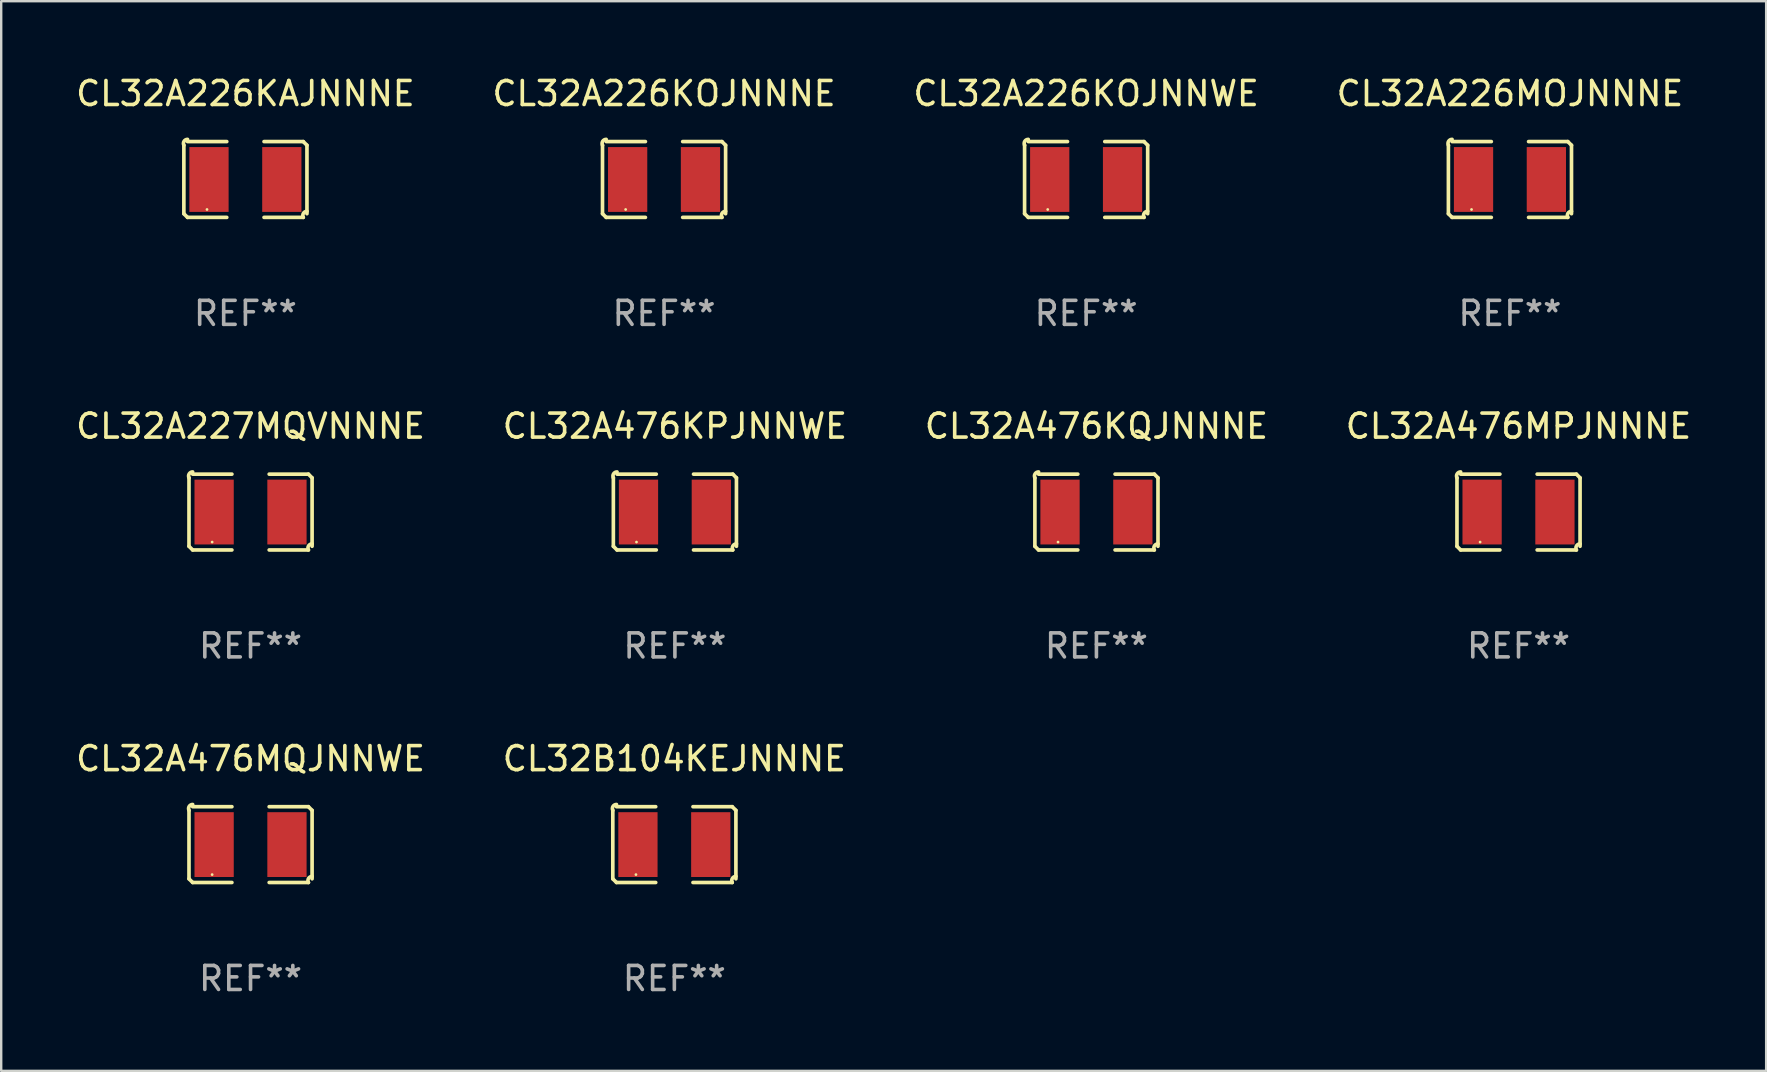
<source format=kicad_pcb>
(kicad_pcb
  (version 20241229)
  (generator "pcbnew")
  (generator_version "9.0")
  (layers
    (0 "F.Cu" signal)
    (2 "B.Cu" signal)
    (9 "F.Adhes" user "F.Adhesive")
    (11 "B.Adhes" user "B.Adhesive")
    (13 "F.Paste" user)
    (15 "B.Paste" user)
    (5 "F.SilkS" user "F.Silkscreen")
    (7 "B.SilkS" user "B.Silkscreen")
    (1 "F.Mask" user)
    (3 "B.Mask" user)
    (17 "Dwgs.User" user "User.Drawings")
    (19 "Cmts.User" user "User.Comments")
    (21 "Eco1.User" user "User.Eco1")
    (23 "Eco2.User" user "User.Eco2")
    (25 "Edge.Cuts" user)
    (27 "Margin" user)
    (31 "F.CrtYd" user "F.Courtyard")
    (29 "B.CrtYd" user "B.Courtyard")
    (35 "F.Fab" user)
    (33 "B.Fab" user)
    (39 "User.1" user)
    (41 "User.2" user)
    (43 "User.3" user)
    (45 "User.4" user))
  (footprint "CL32A226MOJNNNE"
    (layer "F.Cu")
    (at 59.851 4.427)
    (property "Reference" "CL32A226MOJNNNE" (at 0 -3.579 0) (layer "F.SilkS") (effects (font (size 1 1) (thickness 0.15))))
    (attr through_hole)
    (fp_line (start -2.564 1.426) (end -2.564 -1.426) (stroke (width 0.152) (type solid)) (layer "F.SilkS"))
    (fp_line (start -2.411 -1.579) (end -0.776 -1.579) (stroke (width 0.152) (type solid)) (layer "F.SilkS"))
    (fp_line (start -0.776 1.579) (end -2.411 1.579) (stroke (width 0.152) (type solid)) (layer "F.SilkS"))
    (fp_line (start 0.776 1.579) (end 2.411 1.579) (stroke (width 0.152) (type solid)) (layer "F.SilkS"))
    (fp_line (start 2.411 -1.579) (end 0.776 -1.579) (stroke (width 0.152) (type solid)) (layer "F.SilkS"))
    (fp_line (start 2.564 1.426) (end 2.564 -1.426) (stroke (width 0.152) (type solid)) (layer "F.SilkS"))
    (fp_arc (start -2.563602 -1.426213) (mid -2.555597 -1.591233) (end -2.411201 -1.671518) (stroke (width 0.1524) (type solid)) (layer "F.SilkS"))
    (fp_arc (start -2.5636 1.426214) (mid -2.487389 1.502402) (end -2.411201 1.578613) (stroke (width 0.1524) (type solid)) (layer "F.SilkS"))
    (fp_arc (start 2.411197 -1.578618) (mid 2.487403 -1.502419) (end 2.563602 -1.426213) (stroke (width 0.1524) (type solid)) (layer "F.SilkS"))
    (fp_arc (start 2.411201 1.578613) (mid 2.416214 1.409455) (end 2.563602 1.32629) (stroke (width 0.1524) (type solid)) (layer "F.SilkS"))
    (fp_circle (center -1.6 1.25) (end -1.57 1.25) (stroke (width 0.06) (type solid)) (fill no) (layer "F.SilkS"))
    (fp_text user "REF**" (at 0 5.579 0) (layer "F.Fab") (effects (font (size 1 1) (thickness 0.15))))
    (pad "1" smd rect (at -1.517 0) (size 1.635 2.7) (layers "F.Cu" "F.Mask" "F.Paste"))
    (pad "2" smd rect (at 1.517 0) (size 1.635 2.7) (layers "F.Cu" "F.Mask" "F.Paste")))
  (footprint "CL32A226KAJNNNE"
    (layer "F.Cu")
    (at 7.173 4.427)
    (property "Reference" "CL32A226KAJNNNE" (at 0 -3.579 0) (layer "F.SilkS") (effects (font (size 1 1) (thickness 0.15))))
    (attr through_hole)
    (fp_line (start -2.564 1.426) (end -2.564 -1.426) (stroke (width 0.152) (type solid)) (layer "F.SilkS"))
    (fp_line (start -2.411 -1.579) (end -0.776 -1.579) (stroke (width 0.152) (type solid)) (layer "F.SilkS"))
    (fp_line (start -0.776 1.579) (end -2.411 1.579) (stroke (width 0.152) (type solid)) (layer "F.SilkS"))
    (fp_line (start 0.776 1.579) (end 2.411 1.579) (stroke (width 0.152) (type solid)) (layer "F.SilkS"))
    (fp_line (start 2.411 -1.579) (end 0.776 -1.579) (stroke (width 0.152) (type solid)) (layer "F.SilkS"))
    (fp_line (start 2.564 1.426) (end 2.564 -1.426) (stroke (width 0.152) (type solid)) (layer "F.SilkS"))
    (fp_arc (start -2.563602 -1.426213) (mid -2.555597 -1.591233) (end -2.411201 -1.671518) (stroke (width 0.1524) (type solid)) (layer "F.SilkS"))
    (fp_arc (start -2.5636 1.426214) (mid -2.487389 1.502402) (end -2.411201 1.578613) (stroke (width 0.1524) (type solid)) (layer "F.SilkS"))
    (fp_arc (start 2.411197 -1.578618) (mid 2.487403 -1.502419) (end 2.563602 -1.426213) (stroke (width 0.1524) (type solid)) (layer "F.SilkS"))
    (fp_arc (start 2.411201 1.578613) (mid 2.416214 1.409455) (end 2.563602 1.32629) (stroke (width 0.1524) (type solid)) (layer "F.SilkS"))
    (fp_circle (center -1.6 1.25) (end -1.57 1.25) (stroke (width 0.06) (type solid)) (fill no) (layer "F.SilkS"))
    (fp_text user "REF**" (at 0 5.579 0) (layer "F.Fab") (effects (font (size 1 1) (thickness 0.15))))
    (pad "1" smd rect (at -1.517 0) (size 1.635 2.7) (layers "F.Cu" "F.Mask" "F.Paste"))
    (pad "2" smd rect (at 1.517 0) (size 1.635 2.7) (layers "F.Cu" "F.Mask" "F.Paste")))
  (footprint "CL32A226KOJNNWE"
    (layer "F.Cu")
    (at 42.196 4.427)
    (property "Reference" "CL32A226KOJNNWE" (at 0 -3.579 0) (layer "F.SilkS") (effects (font (size 1 1) (thickness 0.15))))
    (attr through_hole)
    (fp_line (start -2.564 1.426) (end -2.564 -1.426) (stroke (width 0.152) (type solid)) (layer "F.SilkS"))
    (fp_line (start -2.411 -1.579) (end -0.776 -1.579) (stroke (width 0.152) (type solid)) (layer "F.SilkS"))
    (fp_line (start -0.776 1.579) (end -2.411 1.579) (stroke (width 0.152) (type solid)) (layer "F.SilkS"))
    (fp_line (start 0.776 1.579) (end 2.411 1.579) (stroke (width 0.152) (type solid)) (layer "F.SilkS"))
    (fp_line (start 2.411 -1.579) (end 0.776 -1.579) (stroke (width 0.152) (type solid)) (layer "F.SilkS"))
    (fp_line (start 2.564 1.426) (end 2.564 -1.426) (stroke (width 0.152) (type solid)) (layer "F.SilkS"))
    (fp_arc (start -2.563602 -1.426213) (mid -2.555597 -1.591233) (end -2.411201 -1.671518) (stroke (width 0.1524) (type solid)) (layer "F.SilkS"))
    (fp_arc (start -2.5636 1.426214) (mid -2.487389 1.502402) (end -2.411201 1.578613) (stroke (width 0.1524) (type solid)) (layer "F.SilkS"))
    (fp_arc (start 2.411197 -1.578618) (mid 2.487403 -1.502419) (end 2.563602 -1.426213) (stroke (width 0.1524) (type solid)) (layer "F.SilkS"))
    (fp_arc (start 2.411201 1.578613) (mid 2.416214 1.409455) (end 2.563602 1.32629) (stroke (width 0.1524) (type solid)) (layer "F.SilkS"))
    (fp_circle (center -1.6 1.25) (end -1.57 1.25) (stroke (width 0.06) (type solid)) (fill no) (layer "F.SilkS"))
    (fp_text user "REF**" (at 0 5.579 0) (layer "F.Fab") (effects (font (size 1 1) (thickness 0.15))))
    (pad "1" smd rect (at -1.517 0) (size 1.635 2.7) (layers "F.Cu" "F.Mask" "F.Paste"))
    (pad "2" smd rect (at 1.517 0) (size 1.635 2.7) (layers "F.Cu" "F.Mask" "F.Paste")))
  (footprint "CL32A476MPJNNNE"
    (layer "F.Cu")
    (at 60.208 18.281)
    (property "Reference" "CL32A476MPJNNNE" (at 0 -3.579 0) (layer "F.SilkS") (effects (font (size 1 1) (thickness 0.15))))
    (attr through_hole)
    (fp_line (start -2.564 1.426) (end -2.564 -1.426) (stroke (width 0.152) (type solid)) (layer "F.SilkS"))
    (fp_line (start -2.411 -1.579) (end -0.776 -1.579) (stroke (width 0.152) (type solid)) (layer "F.SilkS"))
    (fp_line (start -0.776 1.579) (end -2.411 1.579) (stroke (width 0.152) (type solid)) (layer "F.SilkS"))
    (fp_line (start 0.776 1.579) (end 2.411 1.579) (stroke (width 0.152) (type solid)) (layer "F.SilkS"))
    (fp_line (start 2.411 -1.579) (end 0.776 -1.579) (stroke (width 0.152) (type solid)) (layer "F.SilkS"))
    (fp_line (start 2.564 1.426) (end 2.564 -1.426) (stroke (width 0.152) (type solid)) (layer "F.SilkS"))
    (fp_arc (start -2.563602 -1.426213) (mid -2.555597 -1.591233) (end -2.411201 -1.671518) (stroke (width 0.1524) (type solid)) (layer "F.SilkS"))
    (fp_arc (start -2.5636 1.426214) (mid -2.487389 1.502402) (end -2.411201 1.578613) (stroke (width 0.1524) (type solid)) (layer "F.SilkS"))
    (fp_arc (start 2.411197 -1.578618) (mid 2.487403 -1.502419) (end 2.563602 -1.426213) (stroke (width 0.1524) (type solid)) (layer "F.SilkS"))
    (fp_arc (start 2.411201 1.578613) (mid 2.416214 1.409455) (end 2.563602 1.32629) (stroke (width 0.1524) (type solid)) (layer "F.SilkS"))
    (fp_circle (center -1.6 1.25) (end -1.57 1.25) (stroke (width 0.06) (type solid)) (fill no) (layer "F.SilkS"))
    (fp_text user "REF**" (at 0 5.579 0) (layer "F.Fab") (effects (font (size 1 1) (thickness 0.15))))
    (pad "1" smd rect (at -1.517 0) (size 1.635 2.7) (layers "F.Cu" "F.Mask" "F.Paste"))
    (pad "2" smd rect (at 1.517 0) (size 1.635 2.7) (layers "F.Cu" "F.Mask" "F.Paste")))
  (footprint "CL32A476MQJNNWE"
    (layer "F.Cu")
    (at 7.387 32.134)
    (property "Reference" "CL32A476MQJNNWE" (at 0 -3.579 0) (layer "F.SilkS") (effects (font (size 1 1) (thickness 0.15))))
    (attr through_hole)
    (fp_line (start -2.564 1.426) (end -2.564 -1.426) (stroke (width 0.152) (type solid)) (layer "F.SilkS"))
    (fp_line (start -2.411 -1.579) (end -0.776 -1.579) (stroke (width 0.152) (type solid)) (layer "F.SilkS"))
    (fp_line (start -0.776 1.579) (end -2.411 1.579) (stroke (width 0.152) (type solid)) (layer "F.SilkS"))
    (fp_line (start 0.776 1.579) (end 2.411 1.579) (stroke (width 0.152) (type solid)) (layer "F.SilkS"))
    (fp_line (start 2.411 -1.579) (end 0.776 -1.579) (stroke (width 0.152) (type solid)) (layer "F.SilkS"))
    (fp_line (start 2.564 1.426) (end 2.564 -1.426) (stroke (width 0.152) (type solid)) (layer "F.SilkS"))
    (fp_arc (start -2.563602 -1.426213) (mid -2.555597 -1.591233) (end -2.411201 -1.671518) (stroke (width 0.1524) (type solid)) (layer "F.SilkS"))
    (fp_arc (start -2.5636 1.426214) (mid -2.487389 1.502402) (end -2.411201 1.578613) (stroke (width 0.1524) (type solid)) (layer "F.SilkS"))
    (fp_arc (start 2.411197 -1.578618) (mid 2.487403 -1.502419) (end 2.563602 -1.426213) (stroke (width 0.1524) (type solid)) (layer "F.SilkS"))
    (fp_arc (start 2.411201 1.578613) (mid 2.416214 1.409455) (end 2.563602 1.32629) (stroke (width 0.1524) (type solid)) (layer "F.SilkS"))
    (fp_circle (center -1.6 1.25) (end -1.57 1.25) (stroke (width 0.06) (type solid)) (fill no) (layer "F.SilkS"))
    (fp_text user "REF**" (at 0 5.579 0) (layer "F.Fab") (effects (font (size 1 1) (thickness 0.15))))
    (pad "1" smd rect (at -1.517 0) (size 1.635 2.7) (layers "F.Cu" "F.Mask" "F.Paste"))
    (pad "2" smd rect (at 1.517 0) (size 1.635 2.7) (layers "F.Cu" "F.Mask" "F.Paste")))
  (footprint "CL32A227MQVNNNE"
    (layer "F.Cu")
    (at 7.387 18.281)
    (property "Reference" "CL32A227MQVNNNE" (at 0 -3.579 0) (layer "F.SilkS") (effects (font (size 1 1) (thickness 0.15))))
    (attr through_hole)
    (fp_line (start -2.564 1.426) (end -2.564 -1.426) (stroke (width 0.152) (type solid)) (layer "F.SilkS"))
    (fp_line (start -2.411 -1.579) (end -0.776 -1.579) (stroke (width 0.152) (type solid)) (layer "F.SilkS"))
    (fp_line (start -0.776 1.579) (end -2.411 1.579) (stroke (width 0.152) (type solid)) (layer "F.SilkS"))
    (fp_line (start 0.776 1.579) (end 2.411 1.579) (stroke (width 0.152) (type solid)) (layer "F.SilkS"))
    (fp_line (start 2.411 -1.579) (end 0.776 -1.579) (stroke (width 0.152) (type solid)) (layer "F.SilkS"))
    (fp_line (start 2.564 1.426) (end 2.564 -1.426) (stroke (width 0.152) (type solid)) (layer "F.SilkS"))
    (fp_arc (start -2.563602 -1.426213) (mid -2.555597 -1.591233) (end -2.411201 -1.671518) (stroke (width 0.1524) (type solid)) (layer "F.SilkS"))
    (fp_arc (start -2.5636 1.426214) (mid -2.487389 1.502402) (end -2.411201 1.578613) (stroke (width 0.1524) (type solid)) (layer "F.SilkS"))
    (fp_arc (start 2.411197 -1.578618) (mid 2.487403 -1.502419) (end 2.563602 -1.426213) (stroke (width 0.1524) (type solid)) (layer "F.SilkS"))
    (fp_arc (start 2.411201 1.578613) (mid 2.416214 1.409455) (end 2.563602 1.32629) (stroke (width 0.1524) (type solid)) (layer "F.SilkS"))
    (fp_circle (center -1.6 1.25) (end -1.57 1.25) (stroke (width 0.06) (type solid)) (fill no) (layer "F.SilkS"))
    (fp_text user "REF**" (at 0 5.579 0) (layer "F.Fab") (effects (font (size 1 1) (thickness 0.15))))
    (pad "1" smd rect (at -1.517 0) (size 1.635 2.7) (layers "F.Cu" "F.Mask" "F.Paste"))
    (pad "2" smd rect (at 1.517 0) (size 1.635 2.7) (layers "F.Cu" "F.Mask" "F.Paste")))
  (footprint "CL32B104KEJNNNE"
    (layer "F.Cu")
    (at 25.042 32.134)
    (property "Reference" "CL32B104KEJNNNE" (at 0 -3.579 0) (layer "F.SilkS") (effects (font (size 1 1) (thickness 0.15))))
    (attr through_hole)
    (fp_line (start -2.564 1.426) (end -2.564 -1.426) (stroke (width 0.152) (type solid)) (layer "F.SilkS"))
    (fp_line (start -2.411 -1.579) (end -0.776 -1.579) (stroke (width 0.152) (type solid)) (layer "F.SilkS"))
    (fp_line (start -0.776 1.579) (end -2.411 1.579) (stroke (width 0.152) (type solid)) (layer "F.SilkS"))
    (fp_line (start 0.776 1.579) (end 2.411 1.579) (stroke (width 0.152) (type solid)) (layer "F.SilkS"))
    (fp_line (start 2.411 -1.579) (end 0.776 -1.579) (stroke (width 0.152) (type solid)) (layer "F.SilkS"))
    (fp_line (start 2.564 1.426) (end 2.564 -1.426) (stroke (width 0.152) (type solid)) (layer "F.SilkS"))
    (fp_arc (start -2.563602 -1.426213) (mid -2.555597 -1.591233) (end -2.411201 -1.671518) (stroke (width 0.1524) (type solid)) (layer "F.SilkS"))
    (fp_arc (start -2.5636 1.426214) (mid -2.487389 1.502402) (end -2.411201 1.578613) (stroke (width 0.1524) (type solid)) (layer "F.SilkS"))
    (fp_arc (start 2.411197 -1.578618) (mid 2.487403 -1.502419) (end 2.563602 -1.426213) (stroke (width 0.1524) (type solid)) (layer "F.SilkS"))
    (fp_arc (start 2.411201 1.578613) (mid 2.416214 1.409455) (end 2.563602 1.32629) (stroke (width 0.1524) (type solid)) (layer "F.SilkS"))
    (fp_circle (center -1.6 1.25) (end -1.57 1.25) (stroke (width 0.06) (type solid)) (fill no) (layer "F.SilkS"))
    (fp_text user "REF**" (at 0 5.579 0) (layer "F.Fab") (effects (font (size 1 1) (thickness 0.15))))
    (pad "1" smd rect (at -1.517 0) (size 1.635 2.7) (layers "F.Cu" "F.Mask" "F.Paste"))
    (pad "2" smd rect (at 1.517 0) (size 1.635 2.7) (layers "F.Cu" "F.Mask" "F.Paste")))
  (footprint "CL32A476KPJNNWE"
    (layer "F.Cu")
    (at 25.065 18.281)
    (property "Reference" "CL32A476KPJNNWE" (at 0 -3.579 0) (layer "F.SilkS") (effects (font (size 1 1) (thickness 0.15))))
    (attr through_hole)
    (fp_line (start -2.564 1.426) (end -2.564 -1.426) (stroke (width 0.152) (type solid)) (layer "F.SilkS"))
    (fp_line (start -2.411 -1.579) (end -0.776 -1.579) (stroke (width 0.152) (type solid)) (layer "F.SilkS"))
    (fp_line (start -0.776 1.579) (end -2.411 1.579) (stroke (width 0.152) (type solid)) (layer "F.SilkS"))
    (fp_line (start 0.776 1.579) (end 2.411 1.579) (stroke (width 0.152) (type solid)) (layer "F.SilkS"))
    (fp_line (start 2.411 -1.579) (end 0.776 -1.579) (stroke (width 0.152) (type solid)) (layer "F.SilkS"))
    (fp_line (start 2.564 1.426) (end 2.564 -1.426) (stroke (width 0.152) (type solid)) (layer "F.SilkS"))
    (fp_arc (start -2.563602 -1.426213) (mid -2.555597 -1.591233) (end -2.411201 -1.671518) (stroke (width 0.1524) (type solid)) (layer "F.SilkS"))
    (fp_arc (start -2.5636 1.426214) (mid -2.487389 1.502402) (end -2.411201 1.578613) (stroke (width 0.1524) (type solid)) (layer "F.SilkS"))
    (fp_arc (start 2.411197 -1.578618) (mid 2.487403 -1.502419) (end 2.563602 -1.426213) (stroke (width 0.1524) (type solid)) (layer "F.SilkS"))
    (fp_arc (start 2.411201 1.578613) (mid 2.416214 1.409455) (end 2.563602 1.32629) (stroke (width 0.1524) (type solid)) (layer "F.SilkS"))
    (fp_circle (center -1.6 1.25) (end -1.57 1.25) (stroke (width 0.06) (type solid)) (fill no) (layer "F.SilkS"))
    (fp_text user "REF**" (at 0 5.579 0) (layer "F.Fab") (effects (font (size 1 1) (thickness 0.15))))
    (pad "1" smd rect (at -1.517 0) (size 1.635 2.7) (layers "F.Cu" "F.Mask" "F.Paste"))
    (pad "2" smd rect (at 1.517 0) (size 1.635 2.7) (layers "F.Cu" "F.Mask" "F.Paste")))
  (footprint "CL32A476KQJNNNE"
    (layer "F.Cu")
    (at 42.625 18.281)
    (property "Reference" "CL32A476KQJNNNE" (at 0 -3.579 0) (layer "F.SilkS") (effects (font (size 1 1) (thickness 0.15))))
    (attr through_hole)
    (fp_line (start -2.564 1.426) (end -2.564 -1.426) (stroke (width 0.152) (type solid)) (layer "F.SilkS"))
    (fp_line (start -2.411 -1.579) (end -0.776 -1.579) (stroke (width 0.152) (type solid)) (layer "F.SilkS"))
    (fp_line (start -0.776 1.579) (end -2.411 1.579) (stroke (width 0.152) (type solid)) (layer "F.SilkS"))
    (fp_line (start 0.776 1.579) (end 2.411 1.579) (stroke (width 0.152) (type solid)) (layer "F.SilkS"))
    (fp_line (start 2.411 -1.579) (end 0.776 -1.579) (stroke (width 0.152) (type solid)) (layer "F.SilkS"))
    (fp_line (start 2.564 1.426) (end 2.564 -1.426) (stroke (width 0.152) (type solid)) (layer "F.SilkS"))
    (fp_arc (start -2.563602 -1.426213) (mid -2.555597 -1.591233) (end -2.411201 -1.671518) (stroke (width 0.1524) (type solid)) (layer "F.SilkS"))
    (fp_arc (start -2.5636 1.426214) (mid -2.487389 1.502402) (end -2.411201 1.578613) (stroke (width 0.1524) (type solid)) (layer "F.SilkS"))
    (fp_arc (start 2.411197 -1.578618) (mid 2.487403 -1.502419) (end 2.563602 -1.426213) (stroke (width 0.1524) (type solid)) (layer "F.SilkS"))
    (fp_arc (start 2.411201 1.578613) (mid 2.416214 1.409455) (end 2.563602 1.32629) (stroke (width 0.1524) (type solid)) (layer "F.SilkS"))
    (fp_circle (center -1.6 1.25) (end -1.57 1.25) (stroke (width 0.06) (type solid)) (fill no) (layer "F.SilkS"))
    (fp_text user "REF**" (at 0 5.579 0) (layer "F.Fab") (effects (font (size 1 1) (thickness 0.15))))
    (pad "1" smd rect (at -1.517 0) (size 1.635 2.7) (layers "F.Cu" "F.Mask" "F.Paste"))
    (pad "2" smd rect (at 1.517 0) (size 1.635 2.7) (layers "F.Cu" "F.Mask" "F.Paste")))
  (footprint "CL32A226KOJNNNE"
    (layer "F.Cu")
    (at 24.613 4.427)
    (property "Reference" "CL32A226KOJNNNE" (at 0 -3.579 0) (layer "F.SilkS") (effects (font (size 1 1) (thickness 0.15))))
    (attr through_hole)
    (fp_line (start -2.564 1.426) (end -2.564 -1.426) (stroke (width 0.152) (type solid)) (layer "F.SilkS"))
    (fp_line (start -2.411 -1.579) (end -0.776 -1.579) (stroke (width 0.152) (type solid)) (layer "F.SilkS"))
    (fp_line (start -0.776 1.579) (end -2.411 1.579) (stroke (width 0.152) (type solid)) (layer "F.SilkS"))
    (fp_line (start 0.776 1.579) (end 2.411 1.579) (stroke (width 0.152) (type solid)) (layer "F.SilkS"))
    (fp_line (start 2.411 -1.579) (end 0.776 -1.579) (stroke (width 0.152) (type solid)) (layer "F.SilkS"))
    (fp_line (start 2.564 1.426) (end 2.564 -1.426) (stroke (width 0.152) (type solid)) (layer "F.SilkS"))
    (fp_arc (start -2.563602 -1.426213) (mid -2.555597 -1.591233) (end -2.411201 -1.671518) (stroke (width 0.1524) (type solid)) (layer "F.SilkS"))
    (fp_arc (start -2.5636 1.426214) (mid -2.487389 1.502402) (end -2.411201 1.578613) (stroke (width 0.1524) (type solid)) (layer "F.SilkS"))
    (fp_arc (start 2.411197 -1.578618) (mid 2.487403 -1.502419) (end 2.563602 -1.426213) (stroke (width 0.1524) (type solid)) (layer "F.SilkS"))
    (fp_arc (start 2.411201 1.578613) (mid 2.416214 1.409455) (end 2.563602 1.32629) (stroke (width 0.1524) (type solid)) (layer "F.SilkS"))
    (fp_circle (center -1.6 1.25) (end -1.57 1.25) (stroke (width 0.06) (type solid)) (fill no) (layer "F.SilkS"))
    (fp_text user "REF**" (at 0 5.579 0) (layer "F.Fab") (effects (font (size 1 1) (thickness 0.15))))
    (pad "1" smd rect (at -1.517 0) (size 1.635 2.7) (layers "F.Cu" "F.Mask" "F.Paste"))
    (pad "2" smd rect (at 1.517 0) (size 1.635 2.7) (layers "F.Cu" "F.Mask" "F.Paste")))
  (gr_rect
    (start -3 -3)
    (end 70.524 41.561)
    (stroke (width 0.1) (type default))
    (fill no)
    (layer "Edge.Cuts")))
</source>
